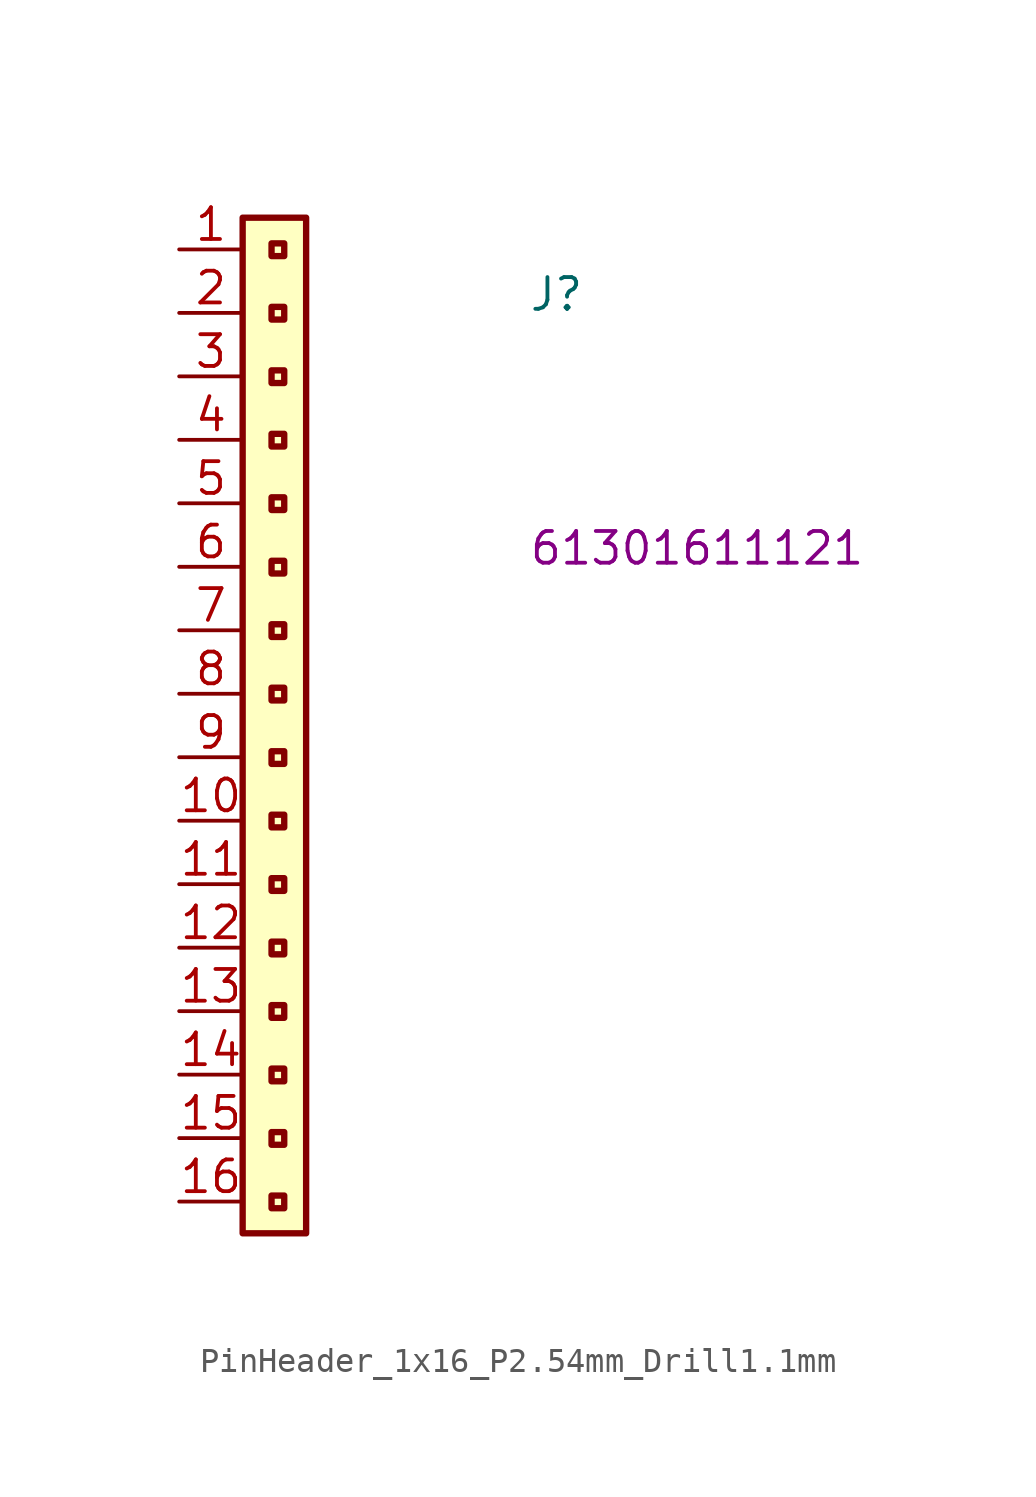
<source format=kicad_sym>
(kicad_symbol_lib
  (version 20220914)
  (generator kicad_symbol_editor)
  (symbol "PinHeader_1x16_P2.54mm_Drill1.1mm"
    (property "Reference" "J"
      (at 13.97 -2.54 0)
      (effects (font (size 1.27 1.27)) (justify left bottom)))
    (property "MPN" "61301611121"
      (at 13.97 -12.7 0)
      (effects (font (size 1.27 1.27)) (justify left bottom)))
    (symbol "PinHeader_1x16_P2.54mm_Drill1.1mm_1_1"
      (rectangle (start 2.54 1.27) (end 5.08 -39.37) (stroke (width 0.254) (type default)) (fill (type background)))
      (rectangle (start 4.204 -38.367) (end 3.696 -37.859) (stroke (width 0.254) (type default)) (fill (type none)))
      (rectangle (start 4.204 -35.827) (end 3.696 -35.319) (stroke (width 0.254) (type default)) (fill (type none)))
      (rectangle (start 4.204 -33.287) (end 3.696 -32.779) (stroke (width 0.254) (type default)) (fill (type none)))
      (rectangle (start 4.204 -30.747) (end 3.696 -30.239) (stroke (width 0.254) (type default)) (fill (type none)))
      (rectangle (start 4.204 -28.207) (end 3.696 -27.699) (stroke (width 0.254) (type default)) (fill (type none)))
      (rectangle (start 4.204 -25.667) (end 3.696 -25.159) (stroke (width 0.254) (type default)) (fill (type none)))
      (rectangle (start 4.204 -23.127) (end 3.696 -22.619) (stroke (width 0.254) (type default)) (fill (type none)))
      (rectangle (start 4.204 -20.587) (end 3.696 -20.079) (stroke (width 0.254) (type default)) (fill (type none)))
      (rectangle (start 4.204 -18.047) (end 3.696 -17.539) (stroke (width 0.254) (type default)) (fill (type none)))
      (rectangle (start 4.204 -15.507) (end 3.696 -14.999) (stroke (width 0.254) (type default)) (fill (type none)))
      (rectangle (start 4.204 -12.967) (end 3.696 -12.459) (stroke (width 0.254) (type default)) (fill (type none)))
      (rectangle (start 4.204 -10.427) (end 3.696 -9.919) (stroke (width 0.254) (type default)) (fill (type none)))
      (rectangle (start 4.204 -7.887) (end 3.696 -7.379) (stroke (width 0.254) (type default)) (fill (type none)))
      (rectangle (start 4.204 -5.347) (end 3.696 -4.839) (stroke (width 0.254) (type default)) (fill (type none)))
      (rectangle (start 4.204 -2.807) (end 3.696 -2.299) (stroke (width 0.254) (type default)) (fill (type none)))
      (rectangle (start 4.204 -0.267) (end 3.696 0.241) (stroke (width 0.254) (type default)) (fill (type none)))
      (pin passive line (at 0 0 0) (length 2.54) (name "~" (effects (font (size 1.27 1.27)))) (number "1" (effects (font (size 1.27 1.27)))))
      (pin passive line (at 0 -22.86 0) (length 2.54) (name "~" (effects (font (size 1.27 1.27)))) (number "10" (effects (font (size 1.27 1.27)))))
      (pin passive line (at 0 -25.4 0) (length 2.54) (name "~" (effects (font (size 1.27 1.27)))) (number "11" (effects (font (size 1.27 1.27)))))
      (pin passive line (at 0 -27.94 0) (length 2.54) (name "~" (effects (font (size 1.27 1.27)))) (number "12" (effects (font (size 1.27 1.27)))))
      (pin passive line (at 0 -30.48 0) (length 2.54) (name "~" (effects (font (size 1.27 1.27)))) (number "13" (effects (font (size 1.27 1.27)))))
      (pin passive line (at 0 -33.02 0) (length 2.54) (name "~" (effects (font (size 1.27 1.27)))) (number "14" (effects (font (size 1.27 1.27)))))
      (pin passive line (at 0 -35.56 0) (length 2.54) (name "~" (effects (font (size 1.27 1.27)))) (number "15" (effects (font (size 1.27 1.27)))))
      (pin passive line (at 0 -38.1 0) (length 2.54) (name "~" (effects (font (size 1.27 1.27)))) (number "16" (effects (font (size 1.27 1.27)))))
      (pin passive line (at 0 -2.54 0) (length 2.54) (name "~" (effects (font (size 1.27 1.27)))) (number "2" (effects (font (size 1.27 1.27)))))
      (pin passive line (at 0 -5.08 0) (length 2.54) (name "~" (effects (font (size 1.27 1.27)))) (number "3" (effects (font (size 1.27 1.27)))))
      (pin passive line (at 0 -7.62 0) (length 2.54) (name "~" (effects (font (size 1.27 1.27)))) (number "4" (effects (font (size 1.27 1.27)))))
      (pin passive line (at 0 -10.16 0) (length 2.54) (name "~" (effects (font (size 1.27 1.27)))) (number "5" (effects (font (size 1.27 1.27)))))
      (pin passive line (at 0 -12.7 0) (length 2.54) (name "~" (effects (font (size 1.27 1.27)))) (number "6" (effects (font (size 1.27 1.27)))))
      (pin passive line (at 0 -15.24 0) (length 2.54) (name "~" (effects (font (size 1.27 1.27)))) (number "7" (effects (font (size 1.27 1.27)))))
      (pin passive line (at 0 -17.78 0) (length 2.54) (name "~" (effects (font (size 1.27 1.27)))) (number "8" (effects (font (size 1.27 1.27)))))
      (pin passive line (at 0 -20.32 0) (length 2.54) (name "~" (effects (font (size 1.27 1.27)))) (number "9" (effects (font (size 1.27 1.27))))))))
</source>
